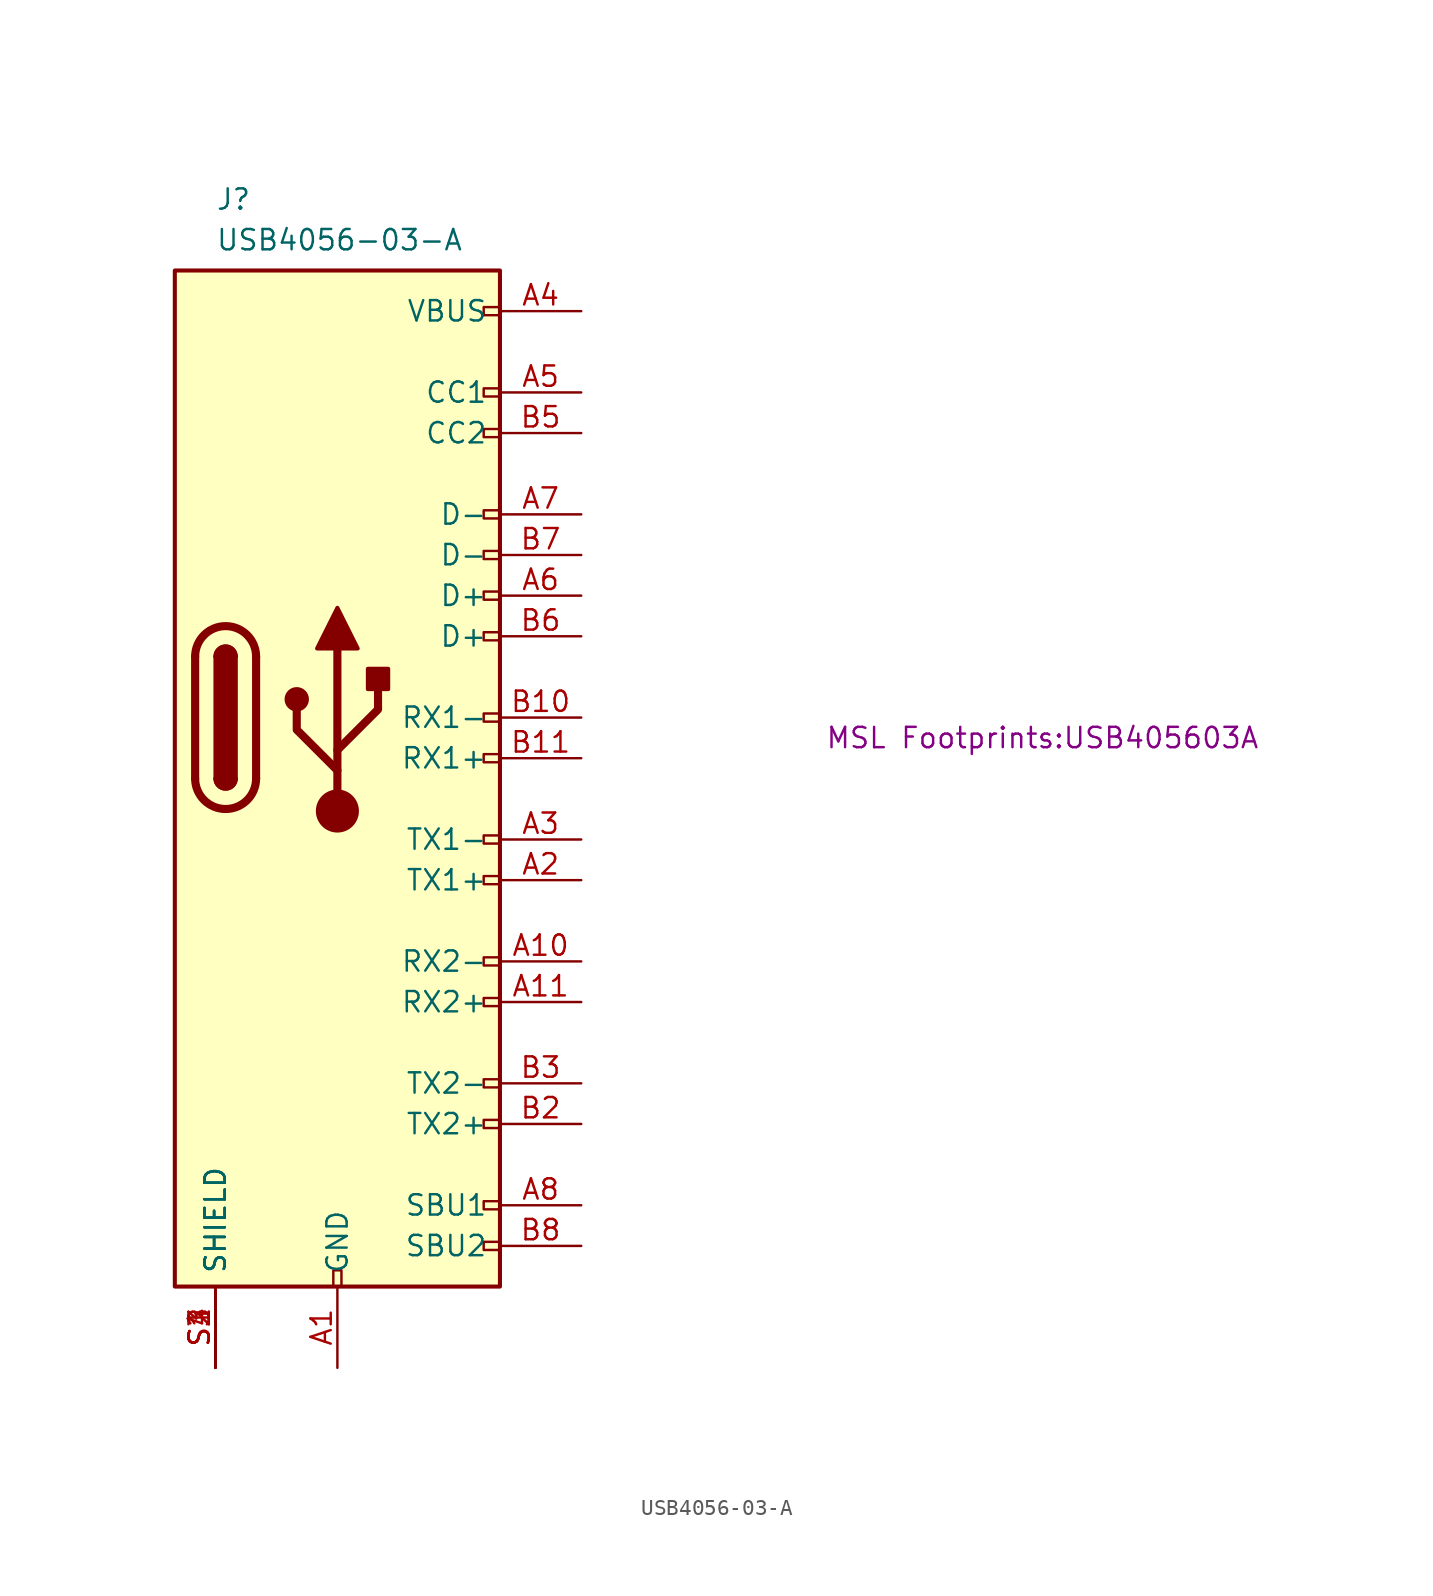
<source format=kicad_sym>
(kicad_symbol_lib
  (version 20220914)
  (generator kicad_symbol_editor)
  (symbol "USB4056-03-A"
    (pin_names
      (offset 0.762))
    (property "Reference" "J"
      (at -8.89 36.195 0)
      (effects (font (size 1.27 1.27)) (justify left)))
    (property "Value" "USB4056-03-A"
      (at -8.89 33.655 0)
      (effects (font (size 1.27 1.27)) (justify left)))
    (property "Footprint" "MSL Footprints:USB405603A"
      (at 29.21 2.54 0)
      (effects (font (size 1.27 1.27)) (justify left)))
    (symbol "USB4056-03-A_0_0"
      (rectangle (start -1.524 -31.75) (end -1.016 -30.734) (stroke (width 0) (type default)) (fill (type none)))
      (rectangle (start 8.89 -28.956) (end 7.874 -29.464) (stroke (width 0) (type default)) (fill (type none)))
      (rectangle (start 8.89 -26.416) (end 7.874 -26.924) (stroke (width 0) (type default)) (fill (type none)))
      (rectangle (start 8.89 -21.336) (end 7.874 -21.844) (stroke (width 0) (type default)) (fill (type none)))
      (rectangle (start 8.89 -18.796) (end 7.874 -19.304) (stroke (width 0) (type default)) (fill (type none)))
      (rectangle (start 8.89 -13.716) (end 7.874 -14.224) (stroke (width 0) (type default)) (fill (type none)))
      (rectangle (start 8.89 -11.176) (end 7.874 -11.684) (stroke (width 0) (type default)) (fill (type none)))
      (rectangle (start 8.89 -6.096) (end 7.874 -6.604) (stroke (width 0) (type default)) (fill (type none)))
      (rectangle (start 8.89 -3.556) (end 7.874 -4.064) (stroke (width 0) (type default)) (fill (type none)))
      (rectangle (start 8.89 1.524) (end 7.874 1.016) (stroke (width 0) (type default)) (fill (type none)))
      (rectangle (start 8.89 4.064) (end 7.874 3.556) (stroke (width 0) (type default)) (fill (type none)))
      (rectangle (start 8.89 9.144) (end 7.874 8.636) (stroke (width 0) (type default)) (fill (type none)))
      (rectangle (start 8.89 11.684) (end 7.874 11.176) (stroke (width 0) (type default)) (fill (type none)))
      (rectangle (start 8.89 14.224) (end 7.874 13.716) (stroke (width 0) (type default)) (fill (type none)))
      (rectangle (start 8.89 16.764) (end 7.874 16.256) (stroke (width 0) (type default)) (fill (type none)))
      (rectangle (start 8.89 21.844) (end 7.874 21.336) (stroke (width 0) (type default)) (fill (type none)))
      (rectangle (start 8.89 24.384) (end 7.874 23.876) (stroke (width 0) (type default)) (fill (type none)))
      (rectangle (start 8.89 29.464) (end 7.874 28.956) (stroke (width 0) (type default)) (fill (type none))))
    (symbol "USB4056-03-A_0_1"
      (rectangle (start -11.43 31.75) (end 8.89 -31.75) (stroke (width 0.254) (type default)) (fill (type background)))
      (arc (start -10.16 0) (mid -8.255 -1.8967) (end -6.35 0) (stroke (width 0.508) (type default)) (fill (type none)))
      (arc (start -8.89 0) (mid -8.255 -0.6323) (end -7.62 0) (stroke (width 0.254) (type default)) (fill (type none)))
      (arc (start -8.89 0) (mid -8.255 -0.6323) (end -7.62 0) (stroke (width 0.254) (type default)) (fill (type outline)))
      (rectangle (start -8.89 0) (end -7.62 7.62) (stroke (width 0.254) (type default)) (fill (type outline)))
      (arc (start -7.62 7.62) (mid -8.255 8.2523) (end -8.89 7.62) (stroke (width 0.254) (type default)) (fill (type none)))
      (arc (start -7.62 7.62) (mid -8.255 8.2523) (end -8.89 7.62) (stroke (width 0.254) (type default)) (fill (type outline)))
      (arc (start -6.35 7.62) (mid -8.255 9.5167) (end -10.16 7.62) (stroke (width 0.508) (type default)) (fill (type none)))
      (polyline (pts (xy -10.16 0) (xy -10.16 7.62)) (stroke (width 0.508) (type default)) (fill (type none)))
      (polyline (pts (xy -6.35 7.62) (xy -6.35 0)) (stroke (width 0.508) (type default)) (fill (type none))))
    (symbol "USB4056-03-A_1_1"
      (circle (center -3.81 4.953) (radius 0.635) (stroke (width 0.254) (type default)) (fill (type outline)))
      (circle (center -1.27 -2.032) (radius 1.27) (stroke (width 0) (type default)) (fill (type outline)))
      (polyline (pts (xy -1.27 -2.032) (xy -1.27 8.128)) (stroke (width 0.508) (type default)) (fill (type none)))
      (polyline (pts (xy -1.27 0.508) (xy -3.81 3.048) (xy -3.81 4.318)) (stroke (width 0.508) (type default)) (fill (type none)))
      (polyline (pts (xy -1.27 1.778) (xy 1.27 4.318) (xy 1.27 5.588)) (stroke (width 0.508) (type default)) (fill (type none)))
      (polyline (pts (xy -2.54 8.128) (xy -1.27 10.668) (xy 0 8.128) (xy -2.54 8.128)) (stroke (width 0.254) (type default)) (fill (type outline)))
      (rectangle (start 0.635 5.588) (end 1.905 6.858) (stroke (width 0.254) (type default)) (fill (type outline)))
      (pin passive line (at -1.27 -36.83 90) (length 5.08) (name "GND" (effects (font (size 1.27 1.27)))) (number "A1" (effects (font (size 1.27 1.27)))))
      (pin bidirectional line (at 13.97 -11.43 180) (length 5.08) (name "RX2-" (effects (font (size 1.27 1.27)))) (number "A10" (effects (font (size 1.27 1.27)))))
      (pin bidirectional line (at 13.97 -13.97 180) (length 5.08) (name "RX2+" (effects (font (size 1.27 1.27)))) (number "A11" (effects (font (size 1.27 1.27)))))
      (pin passive line (at -1.27 -36.83 90) (length 5.08) hide (name "GND" (effects (font (size 1.27 1.27)))) (number "A12" (effects (font (size 1.27 1.27)))))
      (pin bidirectional line (at 13.97 -6.35 180) (length 5.08) (name "TX1+" (effects (font (size 1.27 1.27)))) (number "A2" (effects (font (size 1.27 1.27)))))
      (pin bidirectional line (at 13.97 -3.81 180) (length 5.08) (name "TX1-" (effects (font (size 1.27 1.27)))) (number "A3" (effects (font (size 1.27 1.27)))))
      (pin passive line (at 13.97 29.21 180) (length 5.08) (name "VBUS" (effects (font (size 1.27 1.27)))) (number "A4" (effects (font (size 1.27 1.27)))))
      (pin bidirectional line (at 13.97 24.13 180) (length 5.08) (name "CC1" (effects (font (size 1.27 1.27)))) (number "A5" (effects (font (size 1.27 1.27)))))
      (pin bidirectional line (at 13.97 11.43 180) (length 5.08) (name "D+" (effects (font (size 1.27 1.27)))) (number "A6" (effects (font (size 1.27 1.27)))))
      (pin bidirectional line (at 13.97 16.51 180) (length 5.08) (name "D-" (effects (font (size 1.27 1.27)))) (number "A7" (effects (font (size 1.27 1.27)))))
      (pin bidirectional line (at 13.97 -26.67 180) (length 5.08) (name "SBU1" (effects (font (size 1.27 1.27)))) (number "A8" (effects (font (size 1.27 1.27)))))
      (pin passive line (at 13.97 29.21 180) (length 5.08) hide (name "VBUS" (effects (font (size 1.27 1.27)))) (number "A9" (effects (font (size 1.27 1.27)))))
      (pin passive line (at -1.27 -36.83 90) (length 5.08) hide (name "GND" (effects (font (size 1.27 1.27)))) (number "B1" (effects (font (size 1.27 1.27)))))
      (pin bidirectional line (at 13.97 3.81 180) (length 5.08) (name "RX1-" (effects (font (size 1.27 1.27)))) (number "B10" (effects (font (size 1.27 1.27)))))
      (pin bidirectional line (at 13.97 1.27 180) (length 5.08) (name "RX1+" (effects (font (size 1.27 1.27)))) (number "B11" (effects (font (size 1.27 1.27)))))
      (pin passive line (at -1.27 -36.83 90) (length 5.08) hide (name "GND" (effects (font (size 1.27 1.27)))) (number "B12" (effects (font (size 1.27 1.27)))))
      (pin bidirectional line (at 13.97 -21.59 180) (length 5.08) (name "TX2+" (effects (font (size 1.27 1.27)))) (number "B2" (effects (font (size 1.27 1.27)))))
      (pin bidirectional line (at 13.97 -19.05 180) (length 5.08) (name "TX2-" (effects (font (size 1.27 1.27)))) (number "B3" (effects (font (size 1.27 1.27)))))
      (pin passive line (at 13.97 29.21 180) (length 5.08) hide (name "VBUS" (effects (font (size 1.27 1.27)))) (number "B4" (effects (font (size 1.27 1.27)))))
      (pin bidirectional line (at 13.97 21.59 180) (length 5.08) (name "CC2" (effects (font (size 1.27 1.27)))) (number "B5" (effects (font (size 1.27 1.27)))))
      (pin bidirectional line (at 13.97 8.89 180) (length 5.08) (name "D+" (effects (font (size 1.27 1.27)))) (number "B6" (effects (font (size 1.27 1.27)))))
      (pin bidirectional line (at 13.97 13.97 180) (length 5.08) (name "D-" (effects (font (size 1.27 1.27)))) (number "B7" (effects (font (size 1.27 1.27)))))
      (pin bidirectional line (at 13.97 -29.21 180) (length 5.08) (name "SBU2" (effects (font (size 1.27 1.27)))) (number "B8" (effects (font (size 1.27 1.27)))))
      (pin passive line (at 13.97 29.21 180) (length 5.08) hide (name "VBUS" (effects (font (size 1.27 1.27)))) (number "B9" (effects (font (size 1.27 1.27)))))
      (pin passive line (at -8.89 -36.83 90) (length 5.08) (name "SHIELD" (effects (font (size 1.27 1.27)))) (number "S1" (effects (font (size 1.27 1.27)))))
      (pin passive line (at -8.89 -36.83 90) (length 5.08) (name "SHIELD" (effects (font (size 1.27 1.27)))) (number "S2" (effects (font (size 1.27 1.27)))))
      (pin passive line (at -8.89 -36.83 90) (length 5.08) (name "SHIELD" (effects (font (size 1.27 1.27)))) (number "S3" (effects (font (size 1.27 1.27)))))
      (pin passive line (at -8.89 -36.83 90) (length 5.08) (name "SHIELD" (effects (font (size 1.27 1.27)))) (number "S4" (effects (font (size 1.27 1.27))))))))
</source>
